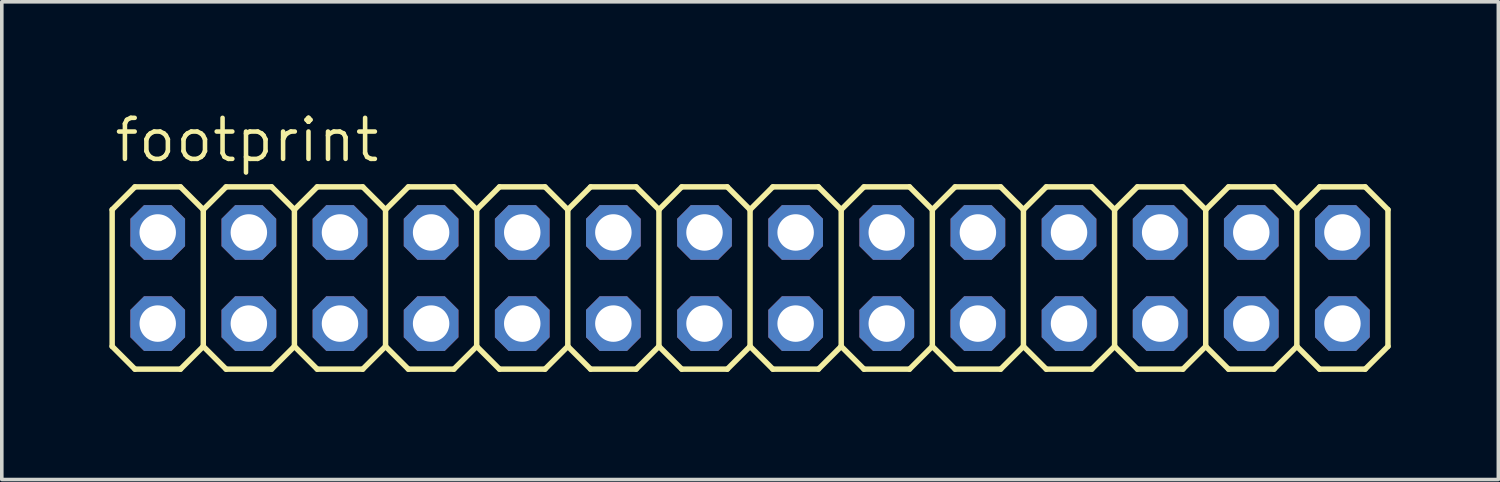
<source format=kicad_pcb>
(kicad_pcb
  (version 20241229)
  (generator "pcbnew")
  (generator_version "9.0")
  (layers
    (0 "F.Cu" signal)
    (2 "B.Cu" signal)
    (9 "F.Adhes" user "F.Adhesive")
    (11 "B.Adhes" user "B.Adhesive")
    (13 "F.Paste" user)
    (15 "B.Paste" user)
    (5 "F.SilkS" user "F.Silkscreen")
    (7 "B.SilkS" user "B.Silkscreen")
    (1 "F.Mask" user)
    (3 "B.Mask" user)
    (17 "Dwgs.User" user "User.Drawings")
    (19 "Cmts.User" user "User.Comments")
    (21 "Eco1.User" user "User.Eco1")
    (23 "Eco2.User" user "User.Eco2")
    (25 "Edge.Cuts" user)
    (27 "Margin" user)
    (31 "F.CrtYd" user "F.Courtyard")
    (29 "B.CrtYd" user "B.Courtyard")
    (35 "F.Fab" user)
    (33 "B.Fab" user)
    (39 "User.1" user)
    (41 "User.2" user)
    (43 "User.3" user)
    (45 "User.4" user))
  (footprint "footprint"
    (layer "F.Cu")
    (at 17.856 4.699)
    (property "Reference" "footprint" (at -17.78 -3.175 0) (layer "F.SilkS") (effects (font (size 1.143 1.143) (thickness 0.127)) (justify left bottom)))
    (fp_line (start -17.78 -1.905) (end -17.145 -2.54) (stroke (width 0.152) (type solid)) (layer "F.SilkS"))
    (fp_line (start -17.78 1.905) (end -17.78 -1.905) (stroke (width 0.152) (type solid)) (layer "F.SilkS"))
    (fp_line (start -17.78 1.905) (end -17.145 2.54) (stroke (width 0.152) (type solid)) (layer "F.SilkS"))
    (fp_line (start -17.145 -2.54) (end -15.875 -2.54) (stroke (width 0.152) (type solid)) (layer "F.SilkS"))
    (fp_line (start -17.145 2.54) (end -15.875 2.54) (stroke (width 0.152) (type solid)) (layer "F.SilkS"))
    (fp_line (start -15.875 -2.54) (end -15.24 -1.905) (stroke (width 0.152) (type solid)) (layer "F.SilkS"))
    (fp_line (start -15.875 2.54) (end -15.24 1.905) (stroke (width 0.152) (type solid)) (layer "F.SilkS"))
    (fp_line (start -15.24 -1.905) (end -15.24 1.905) (stroke (width 0.152) (type solid)) (layer "F.SilkS"))
    (fp_line (start -15.24 -1.905) (end -14.605 -2.54) (stroke (width 0.152) (type solid)) (layer "F.SilkS"))
    (fp_line (start -15.24 1.905) (end -14.605 2.54) (stroke (width 0.152) (type solid)) (layer "F.SilkS"))
    (fp_line (start -14.605 -2.54) (end -13.335 -2.54) (stroke (width 0.152) (type solid)) (layer "F.SilkS"))
    (fp_line (start -14.605 2.54) (end -13.335 2.54) (stroke (width 0.152) (type solid)) (layer "F.SilkS"))
    (fp_line (start -13.335 -2.54) (end -12.7 -1.905) (stroke (width 0.152) (type solid)) (layer "F.SilkS"))
    (fp_line (start -13.335 2.54) (end -12.7 1.905) (stroke (width 0.152) (type solid)) (layer "F.SilkS"))
    (fp_line (start -12.7 -1.905) (end -12.7 1.905) (stroke (width 0.152) (type solid)) (layer "F.SilkS"))
    (fp_line (start -12.7 -1.905) (end -12.065 -2.54) (stroke (width 0.152) (type solid)) (layer "F.SilkS"))
    (fp_line (start -12.7 1.905) (end -12.065 2.54) (stroke (width 0.152) (type solid)) (layer "F.SilkS"))
    (fp_line (start -12.065 -2.54) (end -10.795 -2.54) (stroke (width 0.152) (type solid)) (layer "F.SilkS"))
    (fp_line (start -12.065 2.54) (end -10.795 2.54) (stroke (width 0.152) (type solid)) (layer "F.SilkS"))
    (fp_line (start -10.795 -2.54) (end -10.16 -1.905) (stroke (width 0.152) (type solid)) (layer "F.SilkS"))
    (fp_line (start -10.795 2.54) (end -10.16 1.905) (stroke (width 0.152) (type solid)) (layer "F.SilkS"))
    (fp_line (start -10.16 -1.905) (end -10.16 1.905) (stroke (width 0.152) (type solid)) (layer "F.SilkS"))
    (fp_line (start -10.16 -1.905) (end -9.525 -2.54) (stroke (width 0.152) (type solid)) (layer "F.SilkS"))
    (fp_line (start -10.16 1.905) (end -9.525 2.54) (stroke (width 0.152) (type solid)) (layer "F.SilkS"))
    (fp_line (start -9.525 -2.54) (end -8.255 -2.54) (stroke (width 0.152) (type solid)) (layer "F.SilkS"))
    (fp_line (start -9.525 2.54) (end -8.255 2.54) (stroke (width 0.152) (type solid)) (layer "F.SilkS"))
    (fp_line (start -8.255 -2.54) (end -7.62 -1.905) (stroke (width 0.152) (type solid)) (layer "F.SilkS"))
    (fp_line (start -8.255 2.54) (end -7.62 1.905) (stroke (width 0.152) (type solid)) (layer "F.SilkS"))
    (fp_line (start -7.62 -1.905) (end -7.62 1.905) (stroke (width 0.152) (type solid)) (layer "F.SilkS"))
    (fp_line (start -7.62 -1.905) (end -6.985 -2.54) (stroke (width 0.152) (type solid)) (layer "F.SilkS"))
    (fp_line (start -7.62 1.905) (end -6.985 2.54) (stroke (width 0.152) (type solid)) (layer "F.SilkS"))
    (fp_line (start -6.985 -2.54) (end -5.715 -2.54) (stroke (width 0.152) (type solid)) (layer "F.SilkS"))
    (fp_line (start -6.985 2.54) (end -5.715 2.54) (stroke (width 0.152) (type solid)) (layer "F.SilkS"))
    (fp_line (start -5.715 -2.54) (end -5.08 -1.905) (stroke (width 0.152) (type solid)) (layer "F.SilkS"))
    (fp_line (start -5.715 2.54) (end -5.08 1.905) (stroke (width 0.152) (type solid)) (layer "F.SilkS"))
    (fp_line (start -5.08 -1.905) (end -5.08 1.905) (stroke (width 0.152) (type solid)) (layer "F.SilkS"))
    (fp_line (start -5.08 -1.905) (end -4.445 -2.54) (stroke (width 0.152) (type solid)) (layer "F.SilkS"))
    (fp_line (start -5.08 1.905) (end -4.445 2.54) (stroke (width 0.152) (type solid)) (layer "F.SilkS"))
    (fp_line (start -4.445 -2.54) (end -3.175 -2.54) (stroke (width 0.152) (type solid)) (layer "F.SilkS"))
    (fp_line (start -4.445 2.54) (end -3.175 2.54) (stroke (width 0.152) (type solid)) (layer "F.SilkS"))
    (fp_line (start -3.175 -2.54) (end -2.54 -1.905) (stroke (width 0.152) (type solid)) (layer "F.SilkS"))
    (fp_line (start -3.175 2.54) (end -2.54 1.905) (stroke (width 0.152) (type solid)) (layer "F.SilkS"))
    (fp_line (start -2.54 -1.905) (end -2.54 1.905) (stroke (width 0.152) (type solid)) (layer "F.SilkS"))
    (fp_line (start -2.54 -1.905) (end -1.905 -2.54) (stroke (width 0.152) (type solid)) (layer "F.SilkS"))
    (fp_line (start -2.54 1.905) (end -1.905 2.54) (stroke (width 0.152) (type solid)) (layer "F.SilkS"))
    (fp_line (start -1.905 -2.54) (end -0.635 -2.54) (stroke (width 0.152) (type solid)) (layer "F.SilkS"))
    (fp_line (start -0.635 -2.54) (end 0 -1.905) (stroke (width 0.152) (type solid)) (layer "F.SilkS"))
    (fp_line (start -0.635 2.54) (end -1.905 2.54) (stroke (width 0.152) (type solid)) (layer "F.SilkS"))
    (fp_line (start 0 -1.905) (end 0 1.905) (stroke (width 0.152) (type solid)) (layer "F.SilkS"))
    (fp_line (start 0 -1.905) (end 0.635 -2.54) (stroke (width 0.152) (type solid)) (layer "F.SilkS"))
    (fp_line (start 0 1.905) (end -0.635 2.54) (stroke (width 0.152) (type solid)) (layer "F.SilkS"))
    (fp_line (start 0 1.905) (end 0.635 2.54) (stroke (width 0.152) (type solid)) (layer "F.SilkS"))
    (fp_line (start 0.635 -2.54) (end 1.905 -2.54) (stroke (width 0.152) (type solid)) (layer "F.SilkS"))
    (fp_line (start 1.905 -2.54) (end 2.54 -1.905) (stroke (width 0.152) (type solid)) (layer "F.SilkS"))
    (fp_line (start 1.905 2.54) (end 0.635 2.54) (stroke (width 0.152) (type solid)) (layer "F.SilkS"))
    (fp_line (start 2.54 -1.905) (end 2.54 1.905) (stroke (width 0.152) (type solid)) (layer "F.SilkS"))
    (fp_line (start 2.54 -1.905) (end 3.175 -2.54) (stroke (width 0.152) (type solid)) (layer "F.SilkS"))
    (fp_line (start 2.54 1.905) (end 1.905 2.54) (stroke (width 0.152) (type solid)) (layer "F.SilkS"))
    (fp_line (start 2.54 1.905) (end 3.175 2.54) (stroke (width 0.152) (type solid)) (layer "F.SilkS"))
    (fp_line (start 3.175 -2.54) (end 4.445 -2.54) (stroke (width 0.152) (type solid)) (layer "F.SilkS"))
    (fp_line (start 4.445 -2.54) (end 5.08 -1.905) (stroke (width 0.152) (type solid)) (layer "F.SilkS"))
    (fp_line (start 4.445 2.54) (end 3.175 2.54) (stroke (width 0.152) (type solid)) (layer "F.SilkS"))
    (fp_line (start 5.08 -1.905) (end 5.08 1.905) (stroke (width 0.152) (type solid)) (layer "F.SilkS"))
    (fp_line (start 5.08 -1.905) (end 5.715 -2.54) (stroke (width 0.152) (type solid)) (layer "F.SilkS"))
    (fp_line (start 5.08 1.905) (end 4.445 2.54) (stroke (width 0.152) (type solid)) (layer "F.SilkS"))
    (fp_line (start 5.08 1.905) (end 5.715 2.54) (stroke (width 0.152) (type solid)) (layer "F.SilkS"))
    (fp_line (start 5.715 -2.54) (end 6.985 -2.54) (stroke (width 0.152) (type solid)) (layer "F.SilkS"))
    (fp_line (start 6.985 -2.54) (end 7.62 -1.905) (stroke (width 0.152) (type solid)) (layer "F.SilkS"))
    (fp_line (start 6.985 2.54) (end 5.715 2.54) (stroke (width 0.152) (type solid)) (layer "F.SilkS"))
    (fp_line (start 7.62 -1.905) (end 7.62 1.905) (stroke (width 0.152) (type solid)) (layer "F.SilkS"))
    (fp_line (start 7.62 -1.905) (end 8.255 -2.54) (stroke (width 0.152) (type solid)) (layer "F.SilkS"))
    (fp_line (start 7.62 1.905) (end 6.985 2.54) (stroke (width 0.152) (type solid)) (layer "F.SilkS"))
    (fp_line (start 7.62 1.905) (end 8.255 2.54) (stroke (width 0.152) (type solid)) (layer "F.SilkS"))
    (fp_line (start 8.255 -2.54) (end 9.525 -2.54) (stroke (width 0.152) (type solid)) (layer "F.SilkS"))
    (fp_line (start 9.525 -2.54) (end 10.16 -1.905) (stroke (width 0.152) (type solid)) (layer "F.SilkS"))
    (fp_line (start 9.525 2.54) (end 8.255 2.54) (stroke (width 0.152) (type solid)) (layer "F.SilkS"))
    (fp_line (start 10.16 -1.905) (end 10.16 1.905) (stroke (width 0.152) (type solid)) (layer "F.SilkS"))
    (fp_line (start 10.16 -1.905) (end 10.795 -2.54) (stroke (width 0.152) (type solid)) (layer "F.SilkS"))
    (fp_line (start 10.16 1.905) (end 9.525 2.54) (stroke (width 0.152) (type solid)) (layer "F.SilkS"))
    (fp_line (start 10.16 1.905) (end 10.795 2.54) (stroke (width 0.152) (type solid)) (layer "F.SilkS"))
    (fp_line (start 10.795 -2.54) (end 12.065 -2.54) (stroke (width 0.152) (type solid)) (layer "F.SilkS"))
    (fp_line (start 12.065 2.54) (end 10.795 2.54) (stroke (width 0.152) (type solid)) (layer "F.SilkS"))
    (fp_line (start 12.7 -1.905) (end 12.065 -2.54) (stroke (width 0.152) (type solid)) (layer "F.SilkS"))
    (fp_line (start 12.7 -1.905) (end 12.7 1.905) (stroke (width 0.152) (type solid)) (layer "F.SilkS"))
    (fp_line (start 12.7 -1.905) (end 13.335 -2.54) (stroke (width 0.152) (type solid)) (layer "F.SilkS"))
    (fp_line (start 12.7 1.905) (end 12.065 2.54) (stroke (width 0.152) (type solid)) (layer "F.SilkS"))
    (fp_line (start 12.7 1.905) (end 13.335 2.54) (stroke (width 0.152) (type solid)) (layer "F.SilkS"))
    (fp_line (start 14.605 -2.54) (end 13.335 -2.54) (stroke (width 0.152) (type solid)) (layer "F.SilkS"))
    (fp_line (start 14.605 -2.54) (end 15.24 -1.905) (stroke (width 0.152) (type solid)) (layer "F.SilkS"))
    (fp_line (start 14.605 2.54) (end 13.335 2.54) (stroke (width 0.152) (type solid)) (layer "F.SilkS"))
    (fp_line (start 15.24 -1.905) (end 15.24 1.905) (stroke (width 0.152) (type solid)) (layer "F.SilkS"))
    (fp_line (start 15.24 -1.905) (end 15.875 -2.54) (stroke (width 0.152) (type solid)) (layer "F.SilkS"))
    (fp_line (start 15.24 1.905) (end 14.605 2.54) (stroke (width 0.152) (type solid)) (layer "F.SilkS"))
    (fp_line (start 15.24 1.905) (end 15.875 2.54) (stroke (width 0.152) (type solid)) (layer "F.SilkS"))
    (fp_line (start 17.145 -2.54) (end 15.875 -2.54) (stroke (width 0.152) (type solid)) (layer "F.SilkS"))
    (fp_line (start 17.145 -2.54) (end 17.78 -1.905) (stroke (width 0.152) (type solid)) (layer "F.SilkS"))
    (fp_line (start 17.145 2.54) (end 15.875 2.54) (stroke (width 0.152) (type solid)) (layer "F.SilkS"))
    (fp_line (start 17.78 -1.905) (end 17.78 1.905) (stroke (width 0.152) (type solid)) (layer "F.SilkS"))
    (fp_line (start 17.78 1.905) (end 17.145 2.54) (stroke (width 0.152) (type solid)) (layer "F.SilkS"))
    (fp_poly (pts (xy -16.764 -1.016) (xy -16.256 -1.016) (xy -16.256 -1.524) (xy -16.764 -1.524)) (stroke (width 0.1) (type solid)) (fill no) (layer "F.Fab"))
    (fp_poly (pts (xy -16.764 1.524) (xy -16.256 1.524) (xy -16.256 1.016) (xy -16.764 1.016)) (stroke (width 0.1) (type solid)) (fill no) (layer "F.Fab"))
    (fp_poly (pts (xy -14.224 -1.016) (xy -13.716 -1.016) (xy -13.716 -1.524) (xy -14.224 -1.524)) (stroke (width 0.1) (type solid)) (fill no) (layer "F.Fab"))
    (fp_poly (pts (xy -14.224 1.524) (xy -13.716 1.524) (xy -13.716 1.016) (xy -14.224 1.016)) (stroke (width 0.1) (type solid)) (fill no) (layer "F.Fab"))
    (fp_poly (pts (xy -11.684 -1.016) (xy -11.176 -1.016) (xy -11.176 -1.524) (xy -11.684 -1.524)) (stroke (width 0.1) (type solid)) (fill no) (layer "F.Fab"))
    (fp_poly (pts (xy -11.684 1.524) (xy -11.176 1.524) (xy -11.176 1.016) (xy -11.684 1.016)) (stroke (width 0.1) (type solid)) (fill no) (layer "F.Fab"))
    (fp_poly (pts (xy -9.144 -1.016) (xy -8.636 -1.016) (xy -8.636 -1.524) (xy -9.144 -1.524)) (stroke (width 0.1) (type solid)) (fill no) (layer "F.Fab"))
    (fp_poly (pts (xy -9.144 1.524) (xy -8.636 1.524) (xy -8.636 1.016) (xy -9.144 1.016)) (stroke (width 0.1) (type solid)) (fill no) (layer "F.Fab"))
    (fp_poly (pts (xy -6.604 -1.016) (xy -6.096 -1.016) (xy -6.096 -1.524) (xy -6.604 -1.524)) (stroke (width 0.1) (type solid)) (fill no) (layer "F.Fab"))
    (fp_poly (pts (xy -6.604 1.524) (xy -6.096 1.524) (xy -6.096 1.016) (xy -6.604 1.016)) (stroke (width 0.1) (type solid)) (fill no) (layer "F.Fab"))
    (fp_poly (pts (xy -4.064 -1.016) (xy -3.556 -1.016) (xy -3.556 -1.524) (xy -4.064 -1.524)) (stroke (width 0.1) (type solid)) (fill no) (layer "F.Fab"))
    (fp_poly (pts (xy -4.064 1.524) (xy -3.556 1.524) (xy -3.556 1.016) (xy -4.064 1.016)) (stroke (width 0.1) (type solid)) (fill no) (layer "F.Fab"))
    (fp_poly (pts (xy -1.524 -1.016) (xy -1.016 -1.016) (xy -1.016 -1.524) (xy -1.524 -1.524)) (stroke (width 0.1) (type solid)) (fill no) (layer "F.Fab"))
    (fp_poly (pts (xy -1.524 1.524) (xy -1.016 1.524) (xy -1.016 1.016) (xy -1.524 1.016)) (stroke (width 0.1) (type solid)) (fill no) (layer "F.Fab"))
    (fp_poly (pts (xy 1.016 -1.016) (xy 1.524 -1.016) (xy 1.524 -1.524) (xy 1.016 -1.524)) (stroke (width 0.1) (type solid)) (fill no) (layer "F.Fab"))
    (fp_poly (pts (xy 1.016 1.524) (xy 1.524 1.524) (xy 1.524 1.016) (xy 1.016 1.016)) (stroke (width 0.1) (type solid)) (fill no) (layer "F.Fab"))
    (fp_poly (pts (xy 3.556 -1.016) (xy 4.064 -1.016) (xy 4.064 -1.524) (xy 3.556 -1.524)) (stroke (width 0.1) (type solid)) (fill no) (layer "F.Fab"))
    (fp_poly (pts (xy 3.556 1.524) (xy 4.064 1.524) (xy 4.064 1.016) (xy 3.556 1.016)) (stroke (width 0.1) (type solid)) (fill no) (layer "F.Fab"))
    (fp_poly (pts (xy 6.096 -1.016) (xy 6.604 -1.016) (xy 6.604 -1.524) (xy 6.096 -1.524)) (stroke (width 0.1) (type solid)) (fill no) (layer "F.Fab"))
    (fp_poly (pts (xy 6.096 1.524) (xy 6.604 1.524) (xy 6.604 1.016) (xy 6.096 1.016)) (stroke (width 0.1) (type solid)) (fill no) (layer "F.Fab"))
    (fp_poly (pts (xy 8.636 -1.016) (xy 9.144 -1.016) (xy 9.144 -1.524) (xy 8.636 -1.524)) (stroke (width 0.1) (type solid)) (fill no) (layer "F.Fab"))
    (fp_poly (pts (xy 8.636 1.524) (xy 9.144 1.524) (xy 9.144 1.016) (xy 8.636 1.016)) (stroke (width 0.1) (type solid)) (fill no) (layer "F.Fab"))
    (fp_poly (pts (xy 11.176 -1.016) (xy 11.684 -1.016) (xy 11.684 -1.524) (xy 11.176 -1.524)) (stroke (width 0.1) (type solid)) (fill no) (layer "F.Fab"))
    (fp_poly (pts (xy 11.176 1.524) (xy 11.684 1.524) (xy 11.684 1.016) (xy 11.176 1.016)) (stroke (width 0.1) (type solid)) (fill no) (layer "F.Fab"))
    (fp_poly (pts (xy 13.716 -1.016) (xy 14.224 -1.016) (xy 14.224 -1.524) (xy 13.716 -1.524)) (stroke (width 0.1) (type solid)) (fill no) (layer "F.Fab"))
    (fp_poly (pts (xy 13.716 1.524) (xy 14.224 1.524) (xy 14.224 1.016) (xy 13.716 1.016)) (stroke (width 0.1) (type solid)) (fill no) (layer "F.Fab"))
    (fp_poly (pts (xy 16.256 -1.016) (xy 16.764 -1.016) (xy 16.764 -1.524) (xy 16.256 -1.524)) (stroke (width 0.1) (type solid)) (fill no) (layer "F.Fab"))
    (fp_poly (pts (xy 16.256 1.524) (xy 16.764 1.524) (xy 16.764 1.016) (xy 16.256 1.016)) (stroke (width 0.1) (type solid)) (fill no) (layer "F.Fab"))
    (pad "1" thru_hole roundrect (at -16.51 1.27) (size 1.524 1.524) (drill 1.016) (layers "*.Cu" "*.Mask") (roundrect_rratio 0.25) (chamfer_ratio 0.25) (chamfer top_left top_right bottom_left bottom_right))
    (pad "2" thru_hole roundrect (at -16.51 -1.27) (size 1.524 1.524) (drill 1.016) (layers "*.Cu" "*.Mask") (roundrect_rratio 0.25) (chamfer_ratio 0.25) (chamfer top_left top_right bottom_left bottom_right))
    (pad "3" thru_hole roundrect (at -13.97 1.27) (size 1.524 1.524) (drill 1.016) (layers "*.Cu" "*.Mask") (roundrect_rratio 0.25) (chamfer_ratio 0.25) (chamfer top_left top_right bottom_left bottom_right))
    (pad "4" thru_hole roundrect (at -13.97 -1.27) (size 1.524 1.524) (drill 1.016) (layers "*.Cu" "*.Mask") (roundrect_rratio 0.25) (chamfer_ratio 0.25) (chamfer top_left top_right bottom_left bottom_right))
    (pad "5" thru_hole roundrect (at -11.43 1.27) (size 1.524 1.524) (drill 1.016) (layers "*.Cu" "*.Mask") (roundrect_rratio 0.25) (chamfer_ratio 0.25) (chamfer top_left top_right bottom_left bottom_right))
    (pad "6" thru_hole roundrect (at -11.43 -1.27) (size 1.524 1.524) (drill 1.016) (layers "*.Cu" "*.Mask") (roundrect_rratio 0.25) (chamfer_ratio 0.25) (chamfer top_left top_right bottom_left bottom_right))
    (pad "7" thru_hole roundrect (at -8.89 1.27) (size 1.524 1.524) (drill 1.016) (layers "*.Cu" "*.Mask") (roundrect_rratio 0.25) (chamfer_ratio 0.25) (chamfer top_left top_right bottom_left bottom_right))
    (pad "8" thru_hole roundrect (at -8.89 -1.27) (size 1.524 1.524) (drill 1.016) (layers "*.Cu" "*.Mask") (roundrect_rratio 0.25) (chamfer_ratio 0.25) (chamfer top_left top_right bottom_left bottom_right))
    (pad "9" thru_hole roundrect (at -6.35 1.27) (size 1.524 1.524) (drill 1.016) (layers "*.Cu" "*.Mask") (roundrect_rratio 0.25) (chamfer_ratio 0.25) (chamfer top_left top_right bottom_left bottom_right))
    (pad "10" thru_hole roundrect (at -6.35 -1.27) (size 1.524 1.524) (drill 1.016) (layers "*.Cu" "*.Mask") (roundrect_rratio 0.25) (chamfer_ratio 0.25) (chamfer top_left top_right bottom_left bottom_right))
    (pad "11" thru_hole roundrect (at -3.81 1.27) (size 1.524 1.524) (drill 1.016) (layers "*.Cu" "*.Mask") (roundrect_rratio 0.25) (chamfer_ratio 0.25) (chamfer top_left top_right bottom_left bottom_right))
    (pad "12" thru_hole roundrect (at -3.81 -1.27) (size 1.524 1.524) (drill 1.016) (layers "*.Cu" "*.Mask") (roundrect_rratio 0.25) (chamfer_ratio 0.25) (chamfer top_left top_right bottom_left bottom_right))
    (pad "13" thru_hole roundrect (at -1.27 1.27) (size 1.524 1.524) (drill 1.016) (layers "*.Cu" "*.Mask") (roundrect_rratio 0.25) (chamfer_ratio 0.25) (chamfer top_left top_right bottom_left bottom_right))
    (pad "14" thru_hole roundrect (at -1.27 -1.27) (size 1.524 1.524) (drill 1.016) (layers "*.Cu" "*.Mask") (roundrect_rratio 0.25) (chamfer_ratio 0.25) (chamfer top_left top_right bottom_left bottom_right))
    (pad "15" thru_hole roundrect (at 1.27 1.27) (size 1.524 1.524) (drill 1.016) (layers "*.Cu" "*.Mask") (roundrect_rratio 0.25) (chamfer_ratio 0.25) (chamfer top_left top_right bottom_left bottom_right))
    (pad "16" thru_hole roundrect (at 1.27 -1.27) (size 1.524 1.524) (drill 1.016) (layers "*.Cu" "*.Mask") (roundrect_rratio 0.25) (chamfer_ratio 0.25) (chamfer top_left top_right bottom_left bottom_right))
    (pad "17" thru_hole roundrect (at 3.81 1.27) (size 1.524 1.524) (drill 1.016) (layers "*.Cu" "*.Mask") (roundrect_rratio 0.25) (chamfer_ratio 0.25) (chamfer top_left top_right bottom_left bottom_right))
    (pad "18" thru_hole roundrect (at 3.81 -1.27) (size 1.524 1.524) (drill 1.016) (layers "*.Cu" "*.Mask") (roundrect_rratio 0.25) (chamfer_ratio 0.25) (chamfer top_left top_right bottom_left bottom_right))
    (pad "19" thru_hole roundrect (at 6.35 1.27) (size 1.524 1.524) (drill 1.016) (layers "*.Cu" "*.Mask") (roundrect_rratio 0.25) (chamfer_ratio 0.25) (chamfer top_left top_right bottom_left bottom_right))
    (pad "20" thru_hole roundrect (at 6.35 -1.27) (size 1.524 1.524) (drill 1.016) (layers "*.Cu" "*.Mask") (roundrect_rratio 0.25) (chamfer_ratio 0.25) (chamfer top_left top_right bottom_left bottom_right))
    (pad "21" thru_hole roundrect (at 8.89 1.27) (size 1.524 1.524) (drill 1.016) (layers "*.Cu" "*.Mask") (roundrect_rratio 0.25) (chamfer_ratio 0.25) (chamfer top_left top_right bottom_left bottom_right))
    (pad "22" thru_hole roundrect (at 8.89 -1.27) (size 1.524 1.524) (drill 1.016) (layers "*.Cu" "*.Mask") (roundrect_rratio 0.25) (chamfer_ratio 0.25) (chamfer top_left top_right bottom_left bottom_right))
    (pad "23" thru_hole roundrect (at 11.43 1.27) (size 1.524 1.524) (drill 1.016) (layers "*.Cu" "*.Mask") (roundrect_rratio 0.25) (chamfer_ratio 0.25) (chamfer top_left top_right bottom_left bottom_right))
    (pad "24" thru_hole roundrect (at 11.43 -1.27) (size 1.524 1.524) (drill 1.016) (layers "*.Cu" "*.Mask") (roundrect_rratio 0.25) (chamfer_ratio 0.25) (chamfer top_left top_right bottom_left bottom_right))
    (pad "25" thru_hole roundrect (at 13.97 1.27) (size 1.524 1.524) (drill 1.016) (layers "*.Cu" "*.Mask") (roundrect_rratio 0.25) (chamfer_ratio 0.25) (chamfer top_left top_right bottom_left bottom_right))
    (pad "26" thru_hole roundrect (at 13.97 -1.27) (size 1.524 1.524) (drill 1.016) (layers "*.Cu" "*.Mask") (roundrect_rratio 0.25) (chamfer_ratio 0.25) (chamfer top_left top_right bottom_left bottom_right))
    (pad "27" thru_hole roundrect (at 16.51 1.27) (size 1.524 1.524) (drill 1.016) (layers "*.Cu" "*.Mask") (roundrect_rratio 0.25) (chamfer_ratio 0.25) (chamfer top_left top_right bottom_left bottom_right))
    (pad "28" thru_hole roundrect (at 16.51 -1.27) (size 1.524 1.524) (drill 1.016) (layers "*.Cu" "*.Mask") (roundrect_rratio 0.25) (chamfer_ratio 0.25) (chamfer top_left top_right bottom_left bottom_right)))
  (gr_rect
    (start -3 -3)
    (end 38.712 10.315)
    (stroke (width 0.1) (type default))
    (fill no)
    (layer "Edge.Cuts")))
</source>
